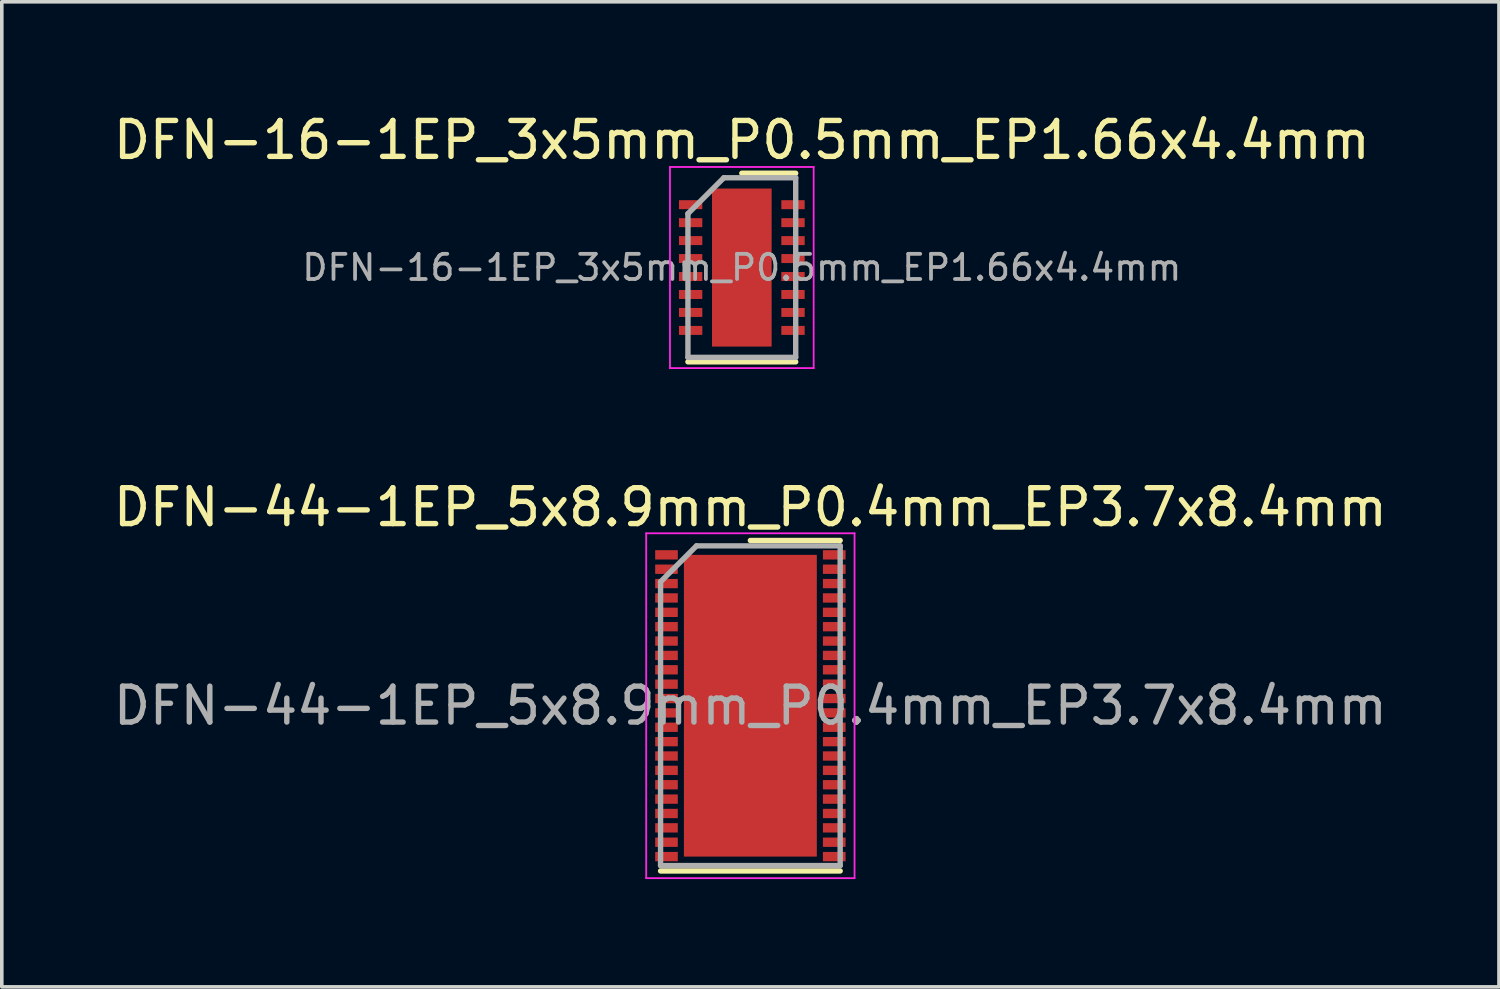
<source format=kicad_pcb>
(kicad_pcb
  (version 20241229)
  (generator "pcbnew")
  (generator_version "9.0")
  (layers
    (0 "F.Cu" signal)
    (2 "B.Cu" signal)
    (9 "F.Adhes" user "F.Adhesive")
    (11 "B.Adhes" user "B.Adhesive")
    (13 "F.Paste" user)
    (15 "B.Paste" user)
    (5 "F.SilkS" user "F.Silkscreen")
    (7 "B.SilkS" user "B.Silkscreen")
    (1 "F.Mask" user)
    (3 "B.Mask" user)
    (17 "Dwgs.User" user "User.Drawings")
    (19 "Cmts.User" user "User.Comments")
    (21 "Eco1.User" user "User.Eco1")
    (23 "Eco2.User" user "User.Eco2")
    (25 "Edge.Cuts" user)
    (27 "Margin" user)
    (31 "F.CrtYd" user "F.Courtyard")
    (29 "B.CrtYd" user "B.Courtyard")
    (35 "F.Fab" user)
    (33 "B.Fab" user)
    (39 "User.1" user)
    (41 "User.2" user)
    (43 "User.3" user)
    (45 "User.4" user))
  (footprint "DFN-16-1EP_3x5mm_P0.5mm_EP1.66x4.4mm"
    (layer "F.Cu")
    (at 17.601 4.398)
    (property "Reference" "DFN-16-1EP_3x5mm_P0.5mm_EP1.66x4.4mm" (at 0 -3.55 0) (layer "F.SilkS") (effects (font (size 1 1) (thickness 0.15))))
    (attr smd)
    (fp_line (start -1.5 2.625) (end 1.5 2.625) (stroke (width 0.15) (type solid)) (layer "F.SilkS"))
    (fp_line (start 0 -2.625) (end 1.5 -2.625) (stroke (width 0.15) (type solid)) (layer "F.SilkS"))
    (fp_line (start -2 -2.8) (end -2 2.8) (stroke (width 0.05) (type solid)) (layer "F.CrtYd"))
    (fp_line (start -2 -2.8) (end 2 -2.8) (stroke (width 0.05) (type solid)) (layer "F.CrtYd"))
    (fp_line (start -2 2.8) (end 2 2.8) (stroke (width 0.05) (type solid)) (layer "F.CrtYd"))
    (fp_line (start 2 -2.8) (end 2 2.8) (stroke (width 0.05) (type solid)) (layer "F.CrtYd"))
    (fp_line (start -1.5 -1.5) (end -0.5 -2.5) (stroke (width 0.15) (type solid)) (layer "F.Fab"))
    (fp_line (start -1.5 2.5) (end -1.5 -1.5) (stroke (width 0.15) (type solid)) (layer "F.Fab"))
    (fp_line (start -0.5 -2.5) (end 1.5 -2.5) (stroke (width 0.15) (type solid)) (layer "F.Fab"))
    (fp_line (start 1.5 -2.5) (end 1.5 2.5) (stroke (width 0.15) (type solid)) (layer "F.Fab"))
    (fp_line (start 1.5 2.5) (end -1.5 2.5) (stroke (width 0.15) (type solid)) (layer "F.Fab"))
    (fp_text user "${REFERENCE}" (at 0 0 0) (layer "F.Fab") (effects (font (size 0.7 0.7) (thickness 0.105))))
    (pad "" smd rect (at -0.415 -1.76) (size 0.67 0.71) (layers "F.Paste"))
    (pad "" smd rect (at -0.415 -0.88) (size 0.67 0.71) (layers "F.Paste"))
    (pad "" smd rect (at -0.415 0) (size 0.67 0.71) (layers "F.Paste"))
    (pad "" smd rect (at -0.415 0.88) (size 0.67 0.71) (layers "F.Paste"))
    (pad "" smd rect (at -0.415 1.76) (size 0.67 0.71) (layers "F.Paste"))
    (pad "" smd rect (at 0.415 -1.76) (size 0.67 0.71) (layers "F.Paste"))
    (pad "" smd rect (at 0.415 -0.88) (size 0.67 0.71) (layers "F.Paste"))
    (pad "" smd rect (at 0.415 0) (size 0.67 0.71) (layers "F.Paste"))
    (pad "" smd rect (at 0.415 0.88) (size 0.67 0.71) (layers "F.Paste"))
    (pad "" smd rect (at 0.415 1.76) (size 0.67 0.71) (layers "F.Paste"))
    (pad "1" smd rect (at -1.425 -1.75) (size 0.65 0.25) (layers "F.Cu" "F.Mask" "F.Paste"))
    (pad "2" smd rect (at -1.425 -1.25) (size 0.65 0.25) (layers "F.Cu" "F.Mask" "F.Paste"))
    (pad "3" smd rect (at -1.425 -0.75) (size 0.65 0.25) (layers "F.Cu" "F.Mask" "F.Paste"))
    (pad "4" smd rect (at -1.425 -0.25) (size 0.65 0.25) (layers "F.Cu" "F.Mask" "F.Paste"))
    (pad "5" smd rect (at -1.425 0.25) (size 0.65 0.25) (layers "F.Cu" "F.Mask" "F.Paste"))
    (pad "6" smd rect (at -1.425 0.75) (size 0.65 0.25) (layers "F.Cu" "F.Mask" "F.Paste"))
    (pad "7" smd rect (at -1.425 1.25) (size 0.65 0.25) (layers "F.Cu" "F.Mask" "F.Paste"))
    (pad "8" smd rect (at -1.425 1.75) (size 0.65 0.25) (layers "F.Cu" "F.Mask" "F.Paste"))
    (pad "9" smd rect (at 1.425 1.75) (size 0.65 0.25) (layers "F.Cu" "F.Mask" "F.Paste"))
    (pad "10" smd rect (at 1.425 1.25) (size 0.65 0.25) (layers "F.Cu" "F.Mask" "F.Paste"))
    (pad "11" smd rect (at 1.425 0.75) (size 0.65 0.25) (layers "F.Cu" "F.Mask" "F.Paste"))
    (pad "12" smd rect (at 1.425 0.25) (size 0.65 0.25) (layers "F.Cu" "F.Mask" "F.Paste"))
    (pad "13" smd rect (at 1.425 -0.25) (size 0.65 0.25) (layers "F.Cu" "F.Mask" "F.Paste"))
    (pad "14" smd rect (at 1.425 -0.75) (size 0.65 0.25) (layers "F.Cu" "F.Mask" "F.Paste"))
    (pad "15" smd rect (at 1.425 -1.25) (size 0.65 0.25) (layers "F.Cu" "F.Mask" "F.Paste"))
    (pad "16" smd rect (at 1.425 -1.75) (size 0.65 0.25) (layers "F.Cu" "F.Mask" "F.Paste"))
    (pad "17" smd rect (at 0 0) (size 1.66 4.4) (layers "F.Cu" "F.Mask")))
  (footprint "DFN-44-1EP_5x8.9mm_P0.4mm_EP3.7x8.4mm"
    (layer "F.Cu")
    (at 17.839 16.596)
    (property "Reference" "DFN-44-1EP_5x8.9mm_P0.4mm_EP3.7x8.4mm" (at 0 -5.525 0) (layer "F.SilkS") (effects (font (size 1 1) (thickness 0.15))))
    (attr smd)
    (fp_line (start -2.5 4.6) (end 2.5 4.6) (stroke (width 0.15) (type solid)) (layer "F.SilkS"))
    (fp_line (start 0 -4.6) (end 2.5 -4.6) (stroke (width 0.15) (type solid)) (layer "F.SilkS"))
    (fp_line (start -2.9 -4.8) (end -2.9 4.8) (stroke (width 0.05) (type solid)) (layer "F.CrtYd"))
    (fp_line (start -2.9 -4.8) (end 2.9 -4.8) (stroke (width 0.05) (type solid)) (layer "F.CrtYd"))
    (fp_line (start -2.9 4.8) (end 2.9 4.8) (stroke (width 0.05) (type solid)) (layer "F.CrtYd"))
    (fp_line (start 2.9 -4.8) (end 2.9 4.8) (stroke (width 0.05) (type solid)) (layer "F.CrtYd"))
    (fp_line (start -2.5 -3.45) (end -1.5 -4.45) (stroke (width 0.15) (type solid)) (layer "F.Fab"))
    (fp_line (start -2.5 4.45) (end -2.5 -3.45) (stroke (width 0.15) (type solid)) (layer "F.Fab"))
    (fp_line (start -1.5 -4.45) (end 2.5 -4.45) (stroke (width 0.15) (type solid)) (layer "F.Fab"))
    (fp_line (start 2.5 -4.45) (end 2.5 4.45) (stroke (width 0.15) (type solid)) (layer "F.Fab"))
    (fp_line (start 2.5 4.45) (end -2.5 4.45) (stroke (width 0.15) (type solid)) (layer "F.Fab"))
    (fp_text user "${REFERENCE}" (at 0 0 0) (layer "F.Fab") (effects (font (size 1 1) (thickness 0.15))))
    (pad "" smd rect (at -1.2 -3.5) (size 0.98 1.15) (layers "F.Paste"))
    (pad "" smd rect (at -1.2 -2.1) (size 0.98 1.15) (layers "F.Paste"))
    (pad "" smd rect (at -1.2 -0.7) (size 0.98 1.15) (layers "F.Paste"))
    (pad "" smd rect (at -1.2 0.7) (size 0.98 1.15) (layers "F.Paste"))
    (pad "" smd rect (at -1.2 2.1) (size 0.98 1.15) (layers "F.Paste"))
    (pad "" smd rect (at -1.2 3.5) (size 0.98 1.15) (layers "F.Paste"))
    (pad "" smd rect (at 0 -3.5) (size 0.98 1.15) (layers "F.Paste"))
    (pad "" smd rect (at 0 -2.1) (size 0.98 1.15) (layers "F.Paste"))
    (pad "" smd rect (at 0 -0.7) (size 0.98 1.15) (layers "F.Paste"))
    (pad "" smd rect (at 0 0.7) (size 0.98 1.15) (layers "F.Paste"))
    (pad "" smd rect (at 0 2.1) (size 0.98 1.15) (layers "F.Paste"))
    (pad "" smd rect (at 0 3.5) (size 0.98 1.15) (layers "F.Paste"))
    (pad "" smd rect (at 1.2 -3.5) (size 0.98 1.15) (layers "F.Paste"))
    (pad "" smd rect (at 1.2 -2.1) (size 0.98 1.15) (layers "F.Paste"))
    (pad "" smd rect (at 1.2 -0.7) (size 0.98 1.15) (layers "F.Paste"))
    (pad "" smd rect (at 1.2 0.7) (size 0.98 1.15) (layers "F.Paste"))
    (pad "" smd rect (at 1.2 2.1) (size 0.98 1.15) (layers "F.Paste"))
    (pad "" smd rect (at 1.2 3.5) (size 0.98 1.15) (layers "F.Paste"))
    (pad "1" smd rect (at -2.335 -4.2) (size 0.63 0.26) (layers "F.Cu" "F.Mask" "F.Paste"))
    (pad "2" smd rect (at -2.335 -3.8) (size 0.63 0.26) (layers "F.Cu" "F.Mask" "F.Paste"))
    (pad "3" smd rect (at -2.335 -3.4) (size 0.63 0.26) (layers "F.Cu" "F.Mask" "F.Paste"))
    (pad "4" smd rect (at -2.335 -3) (size 0.63 0.26) (layers "F.Cu" "F.Mask" "F.Paste"))
    (pad "5" smd rect (at -2.335 -2.6) (size 0.63 0.26) (layers "F.Cu" "F.Mask" "F.Paste"))
    (pad "6" smd rect (at -2.335 -2.2) (size 0.63 0.26) (layers "F.Cu" "F.Mask" "F.Paste"))
    (pad "7" smd rect (at -2.335 -1.8) (size 0.63 0.26) (layers "F.Cu" "F.Mask" "F.Paste"))
    (pad "8" smd rect (at -2.335 -1.4) (size 0.63 0.26) (layers "F.Cu" "F.Mask" "F.Paste"))
    (pad "9" smd rect (at -2.335 -1) (size 0.63 0.26) (layers "F.Cu" "F.Mask" "F.Paste"))
    (pad "10" smd rect (at -2.335 -0.6) (size 0.63 0.26) (layers "F.Cu" "F.Mask" "F.Paste"))
    (pad "11" smd rect (at -2.335 -0.2) (size 0.63 0.26) (layers "F.Cu" "F.Mask" "F.Paste"))
    (pad "12" smd rect (at -2.335 0.2) (size 0.63 0.26) (layers "F.Cu" "F.Mask" "F.Paste"))
    (pad "13" smd rect (at -2.335 0.6) (size 0.63 0.26) (layers "F.Cu" "F.Mask" "F.Paste"))
    (pad "14" smd rect (at -2.335 1) (size 0.63 0.26) (layers "F.Cu" "F.Mask" "F.Paste"))
    (pad "15" smd rect (at -2.335 1.4) (size 0.63 0.26) (layers "F.Cu" "F.Mask" "F.Paste"))
    (pad "16" smd rect (at -2.335 1.8) (size 0.63 0.26) (layers "F.Cu" "F.Mask" "F.Paste"))
    (pad "17" smd rect (at -2.335 2.2) (size 0.63 0.26) (layers "F.Cu" "F.Mask" "F.Paste"))
    (pad "18" smd rect (at -2.335 2.6) (size 0.63 0.26) (layers "F.Cu" "F.Mask" "F.Paste"))
    (pad "19" smd rect (at -2.335 3) (size 0.63 0.26) (layers "F.Cu" "F.Mask" "F.Paste"))
    (pad "20" smd rect (at -2.335 3.4) (size 0.63 0.26) (layers "F.Cu" "F.Mask" "F.Paste"))
    (pad "21" smd rect (at -2.335 3.8) (size 0.63 0.26) (layers "F.Cu" "F.Mask" "F.Paste"))
    (pad "22" smd rect (at -2.335 4.2) (size 0.63 0.26) (layers "F.Cu" "F.Mask" "F.Paste"))
    (pad "23" smd rect (at 2.335 4.2) (size 0.63 0.26) (layers "F.Cu" "F.Mask" "F.Paste"))
    (pad "24" smd rect (at 2.335 3.8) (size 0.63 0.26) (layers "F.Cu" "F.Mask" "F.Paste"))
    (pad "25" smd rect (at 2.335 3.4) (size 0.63 0.26) (layers "F.Cu" "F.Mask" "F.Paste"))
    (pad "26" smd rect (at 2.335 3) (size 0.63 0.26) (layers "F.Cu" "F.Mask" "F.Paste"))
    (pad "27" smd rect (at 2.335 2.6) (size 0.63 0.26) (layers "F.Cu" "F.Mask" "F.Paste"))
    (pad "28" smd rect (at 2.335 2.2) (size 0.63 0.26) (layers "F.Cu" "F.Mask" "F.Paste"))
    (pad "29" smd rect (at 2.335 1.8) (size 0.63 0.26) (layers "F.Cu" "F.Mask" "F.Paste"))
    (pad "30" smd rect (at 2.335 1.4) (size 0.63 0.26) (layers "F.Cu" "F.Mask" "F.Paste"))
    (pad "31" smd rect (at 2.335 1) (size 0.63 0.26) (layers "F.Cu" "F.Mask" "F.Paste"))
    (pad "32" smd rect (at 2.335 0.6) (size 0.63 0.26) (layers "F.Cu" "F.Mask" "F.Paste"))
    (pad "33" smd rect (at 2.335 0.2) (size 0.63 0.26) (layers "F.Cu" "F.Mask" "F.Paste"))
    (pad "34" smd rect (at 2.335 -0.2) (size 0.63 0.26) (layers "F.Cu" "F.Mask" "F.Paste"))
    (pad "35" smd rect (at 2.335 -0.6) (size 0.63 0.26) (layers "F.Cu" "F.Mask" "F.Paste"))
    (pad "36" smd rect (at 2.335 -1) (size 0.63 0.26) (layers "F.Cu" "F.Mask" "F.Paste"))
    (pad "37" smd rect (at 2.335 -1.4) (size 0.63 0.26) (layers "F.Cu" "F.Mask" "F.Paste"))
    (pad "38" smd rect (at 2.335 -1.8) (size 0.63 0.26) (layers "F.Cu" "F.Mask" "F.Paste"))
    (pad "39" smd rect (at 2.335 -2.2) (size 0.63 0.26) (layers "F.Cu" "F.Mask" "F.Paste"))
    (pad "40" smd rect (at 2.335 -2.6) (size 0.63 0.26) (layers "F.Cu" "F.Mask" "F.Paste"))
    (pad "41" smd rect (at 2.335 -3) (size 0.63 0.26) (layers "F.Cu" "F.Mask" "F.Paste"))
    (pad "42" smd rect (at 2.335 -3.4) (size 0.63 0.26) (layers "F.Cu" "F.Mask" "F.Paste"))
    (pad "43" smd rect (at 2.335 -3.8) (size 0.63 0.26) (layers "F.Cu" "F.Mask" "F.Paste"))
    (pad "44" smd rect (at 2.335 -4.2) (size 0.63 0.26) (layers "F.Cu" "F.Mask" "F.Paste"))
    (pad "45" smd rect (at 0 0) (size 3.7 8.4) (layers "F.Cu" "F.Mask")))
  (gr_rect
    (start -3 -3)
    (end 38.679 24.422)
    (stroke (width 0.1) (type default))
    (fill no)
    (layer "Edge.Cuts")))
</source>
